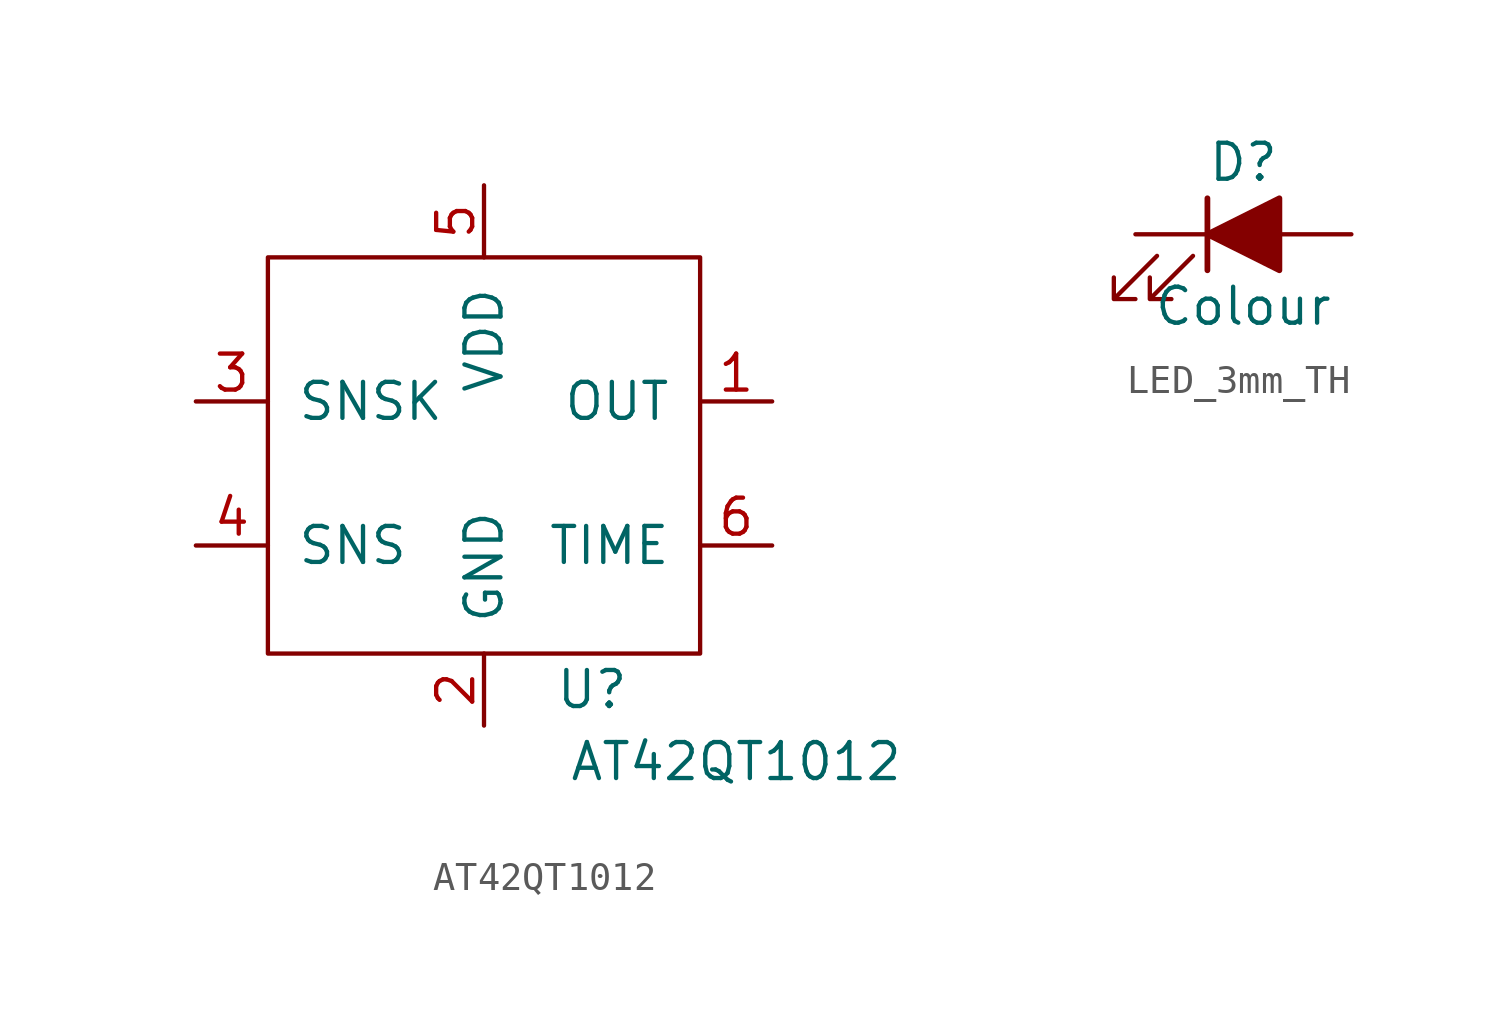
<source format=kicad_sym>
(kicad_symbol_lib
  (version 20220914)
  (generator kicad_symbol_editor)
  (symbol "AT42QT1012"
    (pin_names
      (offset 1.016))
    (property "Reference" "U"
      (at 3.81 -7.62 0)
      (effects (font (size 1.27 1.27))))
    (property "Value" "AT42QT1012"
      (at 8.89 -10.16 0)
      (effects (font (size 1.27 1.27))))
    (symbol "AT42QT1012_0_1"
      (rectangle (start -7.62 7.62) (end 7.62 -6.35) (stroke (width 0) (type default)) (fill (type none))))
    (symbol "AT42QT1012_1_1"
      (pin output line (at 10.16 2.54 180) (length 2.54) (name "OUT" (effects (font (size 1.27 1.27)))) (number "1" (effects (font (size 1.27 1.27)))))
      (pin power_in line (at 0 -8.89 90) (length 2.54) (name "GND" (effects (font (size 1.27 1.27)))) (number "2" (effects (font (size 1.27 1.27)))))
      (pin input line (at -10.16 2.54 0) (length 2.54) (name "SNSK" (effects (font (size 1.27 1.27)))) (number "3" (effects (font (size 1.27 1.27)))))
      (pin input line (at -10.16 -2.54 0) (length 2.54) (name "SNS" (effects (font (size 1.27 1.27)))) (number "4" (effects (font (size 1.27 1.27)))))
      (pin power_in line (at 0 10.16 270) (length 2.54) (name "VDD" (effects (font (size 1.27 1.27)))) (number "5" (effects (font (size 1.27 1.27)))))
      (pin power_in line (at 10.16 -2.54 180) (length 2.54) (name "TIME" (effects (font (size 1.27 1.27)))) (number "6" (effects (font (size 1.27 1.27)))))))
  (symbol "LED_3mm_TH"
    (pin_numbers hide)
    (pin_names
      (offset 1.016) hide)
    (property "Reference" "D"
      (at 0 2.54 0)
      (effects (font (size 1.27 1.27))))
    (property "Value" "Colour"
      (at 0 -2.54 0)
      (effects (font (size 1.27 1.27))))
    (symbol "LED_3mm_TH_0_1"
      (polyline (pts (xy -1.27 -1.27) (xy -1.27 1.27)) (stroke (width 0.203) (type default)) (fill (type none)))
      (polyline (pts (xy -1.27 0) (xy 1.27 0)) (stroke (width 0) (type default)) (fill (type none)))
      (polyline (pts (xy 1.27 -1.27) (xy 1.27 1.27) (xy -1.27 0) (xy 1.27 -1.27)) (stroke (width 0.203) (type default)) (fill (type outline)))
      (polyline (pts (xy -3.048 -0.762) (xy -4.572 -2.286) (xy -3.81 -2.286) (xy -4.572 -2.286) (xy -4.572 -1.524)) (stroke (width 0) (type default)) (fill (type none)))
      (polyline (pts (xy -1.778 -0.762) (xy -3.302 -2.286) (xy -2.54 -2.286) (xy -3.302 -2.286) (xy -3.302 -1.524)) (stroke (width 0) (type default)) (fill (type none))))
    (symbol "LED_3mm_TH_1_1"
      (pin passive line (at -3.81 0 0) (length 2.54) (name "K" (effects (font (size 1.27 1.27)))) (number "1" (effects (font (size 1.27 1.27)))))
      (pin passive line (at 3.81 0 180) (length 2.54) (name "A" (effects (font (size 1.27 1.27)))) (number "2" (effects (font (size 1.27 1.27))))))))
</source>
